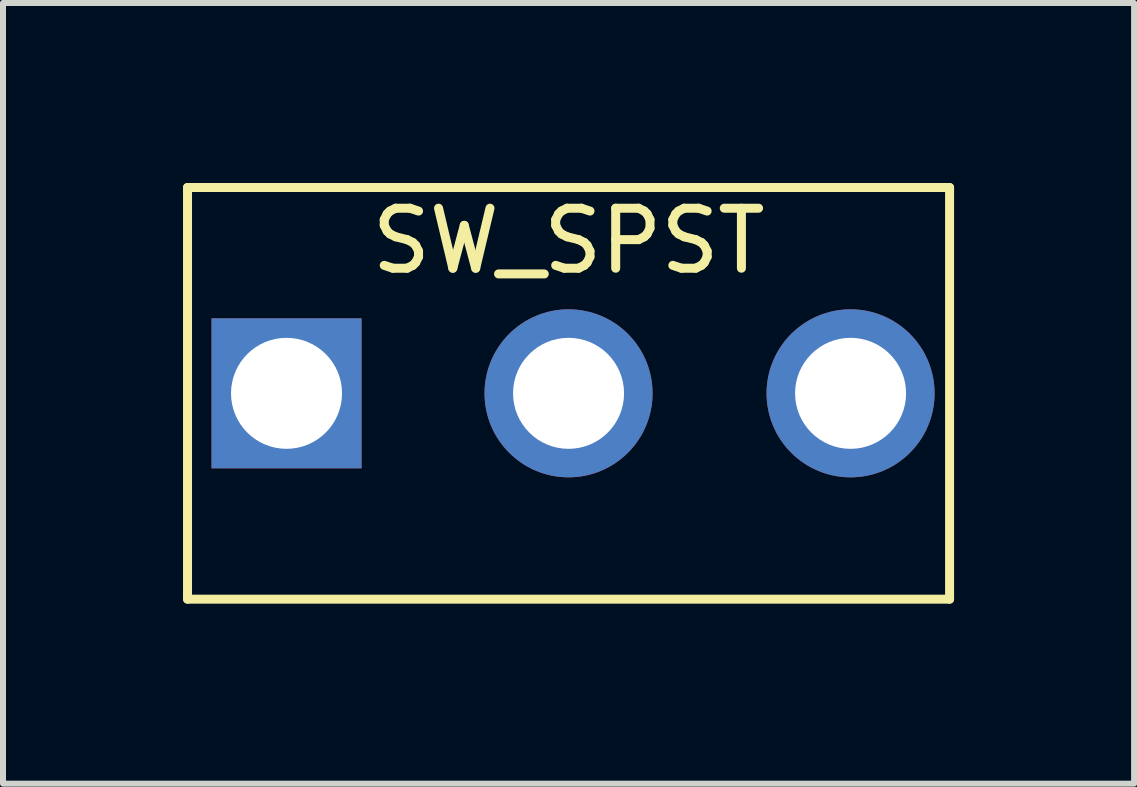
<source format=kicad_pcb>
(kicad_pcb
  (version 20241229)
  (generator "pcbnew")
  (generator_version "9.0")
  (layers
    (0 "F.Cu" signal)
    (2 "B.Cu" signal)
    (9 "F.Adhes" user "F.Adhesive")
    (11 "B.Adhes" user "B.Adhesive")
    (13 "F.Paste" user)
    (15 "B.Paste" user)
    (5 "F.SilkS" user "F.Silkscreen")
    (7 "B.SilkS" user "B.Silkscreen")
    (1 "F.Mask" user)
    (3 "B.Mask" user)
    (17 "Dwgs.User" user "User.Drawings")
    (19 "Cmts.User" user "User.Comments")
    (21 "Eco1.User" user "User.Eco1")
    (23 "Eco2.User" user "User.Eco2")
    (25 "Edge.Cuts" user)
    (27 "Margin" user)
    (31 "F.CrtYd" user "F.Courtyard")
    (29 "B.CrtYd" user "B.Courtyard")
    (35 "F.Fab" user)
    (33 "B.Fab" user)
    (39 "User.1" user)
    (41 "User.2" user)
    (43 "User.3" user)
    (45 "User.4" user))
  (footprint "SW_SPST"
    (layer "F.Cu")
    (at 6.425 3.505)
    (property "Reference" "SW_SPST" (at 0 -2.54 0) (layer "F.SilkS") (effects (font (size 1 1) (thickness 0.15))))
    (attr through_hole)
    (fp_line (start -6.35 -3.43) (end 6.35 -3.43) (stroke (width 0.15) (type solid)) (layer "F.SilkS"))
    (fp_line (start -6.35 3.43) (end -6.35 -3.43) (stroke (width 0.15) (type solid)) (layer "F.SilkS"))
    (fp_line (start 6.35 -3.43) (end 6.35 3.43) (stroke (width 0.15) (type solid)) (layer "F.SilkS"))
    (fp_line (start 6.35 3.43) (end -6.35 3.43) (stroke (width 0.15) (type solid)) (layer "F.SilkS"))
    (pad "1" thru_hole circle (at 0 0) (size 2.8 2.8) (drill 1.85) (layers "*.Cu" "*.Mask"))
    (pad "2" thru_hole rect (at -4.7 0) (size 2.5 2.5) (drill 1.85) (layers "*.Cu" "*.Mask"))
    (pad "3" thru_hole circle (at 4.7 0) (size 2.8 2.8) (drill 1.85) (layers "*.Cu" "*.Mask")))
  (gr_rect
    (start -3 -3)
    (end 15.85 10.01)
    (stroke (width 0.1) (type default))
    (fill no)
    (layer "Edge.Cuts")))
</source>
